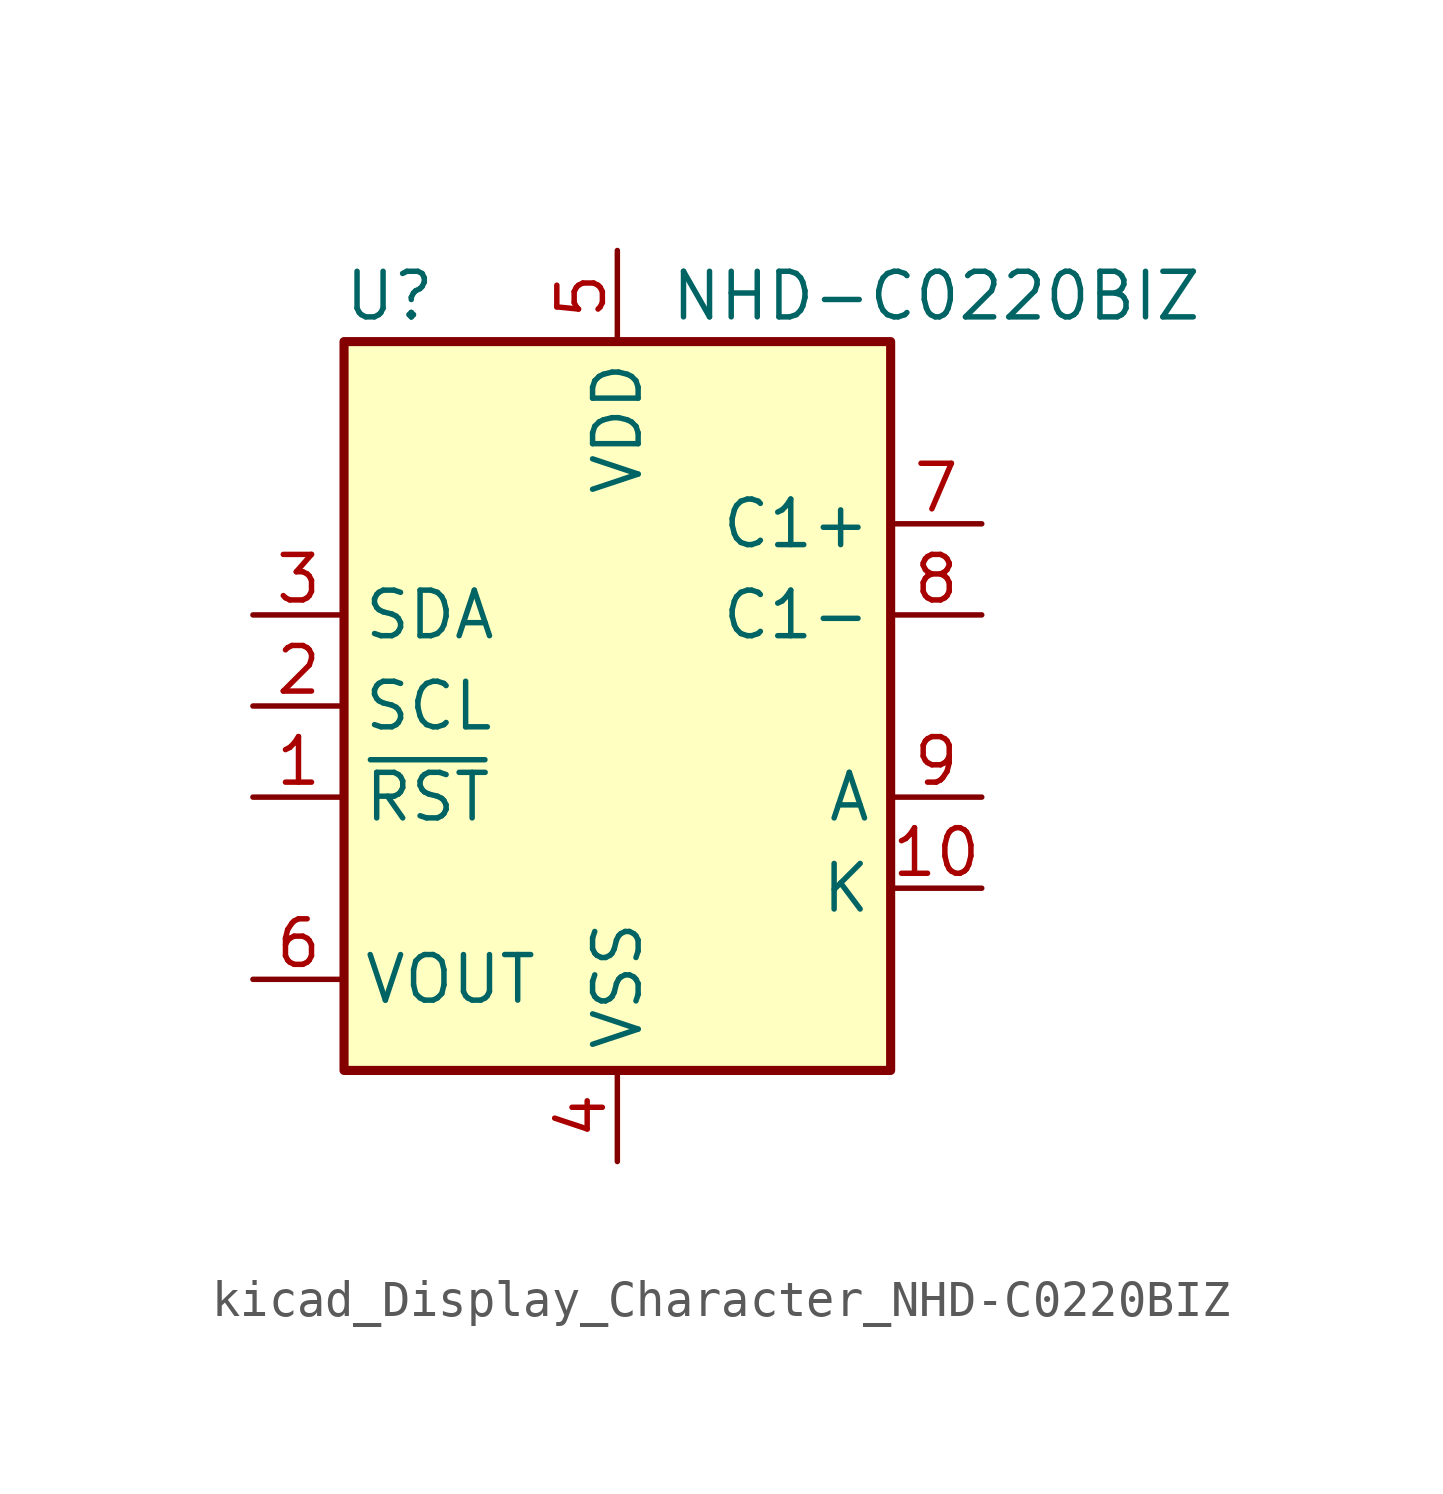
<source format=kicad_sym>
(kicad_symbol_lib
  (version 20220914)
  (generator kicad_symbol_editor)
  (symbol "kicad_Display_Character_NHD-C0220BIZ"
    (property "Reference" "U"
      (at -6.35 11.43 0)
      (effects (font (size 1.27 1.27))))
    (property "Value" "NHD-C0220BIZ"
      (at 8.89 11.43 0)
      (effects (font (size 1.27 1.27))))
    (symbol "kicad_Display_Character_NHD-C0220BIZ_0_1"
      (rectangle (start -7.62 10.16) (end 7.62 -10.16) (stroke (width 0.254) (type default)) (fill (type background))))
    (symbol "kicad_Display_Character_NHD-C0220BIZ_1_1"
      (pin input line (at -10.16 -2.54 0) (length 2.54) (name "~{RST}" (effects (font (size 1.27 1.27)))) (number "1" (effects (font (size 1.27 1.27)))))
      (pin passive line (at 10.16 -5.08 180) (length 2.54) (name "K" (effects (font (size 1.27 1.27)))) (number "10" (effects (font (size 1.27 1.27)))))
      (pin input line (at -10.16 0 0) (length 2.54) (name "SCL" (effects (font (size 1.27 1.27)))) (number "2" (effects (font (size 1.27 1.27)))))
      (pin bidirectional line (at -10.16 2.54 0) (length 2.54) (name "SDA" (effects (font (size 1.27 1.27)))) (number "3" (effects (font (size 1.27 1.27)))))
      (pin power_in line (at 0 -12.7 90) (length 2.54) (name "VSS" (effects (font (size 1.27 1.27)))) (number "4" (effects (font (size 1.27 1.27)))))
      (pin power_in line (at 0 12.7 270) (length 2.54) (name "VDD" (effects (font (size 1.27 1.27)))) (number "5" (effects (font (size 1.27 1.27)))))
      (pin passive line (at -10.16 -7.62 0) (length 2.54) (name "VOUT" (effects (font (size 1.27 1.27)))) (number "6" (effects (font (size 1.27 1.27)))))
      (pin passive line (at 10.16 5.08 180) (length 2.54) (name "C1+" (effects (font (size 1.27 1.27)))) (number "7" (effects (font (size 1.27 1.27)))))
      (pin passive line (at 10.16 2.54 180) (length 2.54) (name "C1-" (effects (font (size 1.27 1.27)))) (number "8" (effects (font (size 1.27 1.27)))))
      (pin passive line (at 10.16 -2.54 180) (length 2.54) (name "A" (effects (font (size 1.27 1.27)))) (number "9" (effects (font (size 1.27 1.27))))))))
</source>
